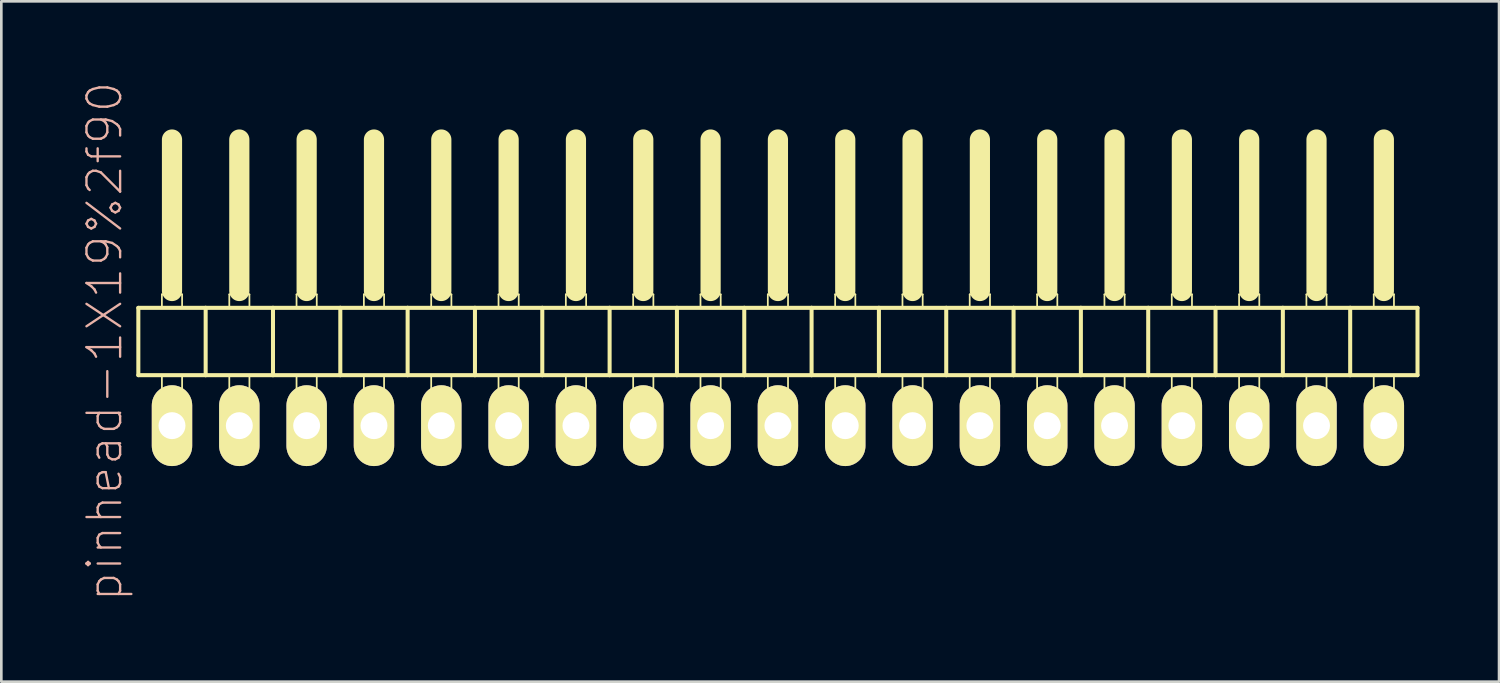
<source format=kicad_pcb>
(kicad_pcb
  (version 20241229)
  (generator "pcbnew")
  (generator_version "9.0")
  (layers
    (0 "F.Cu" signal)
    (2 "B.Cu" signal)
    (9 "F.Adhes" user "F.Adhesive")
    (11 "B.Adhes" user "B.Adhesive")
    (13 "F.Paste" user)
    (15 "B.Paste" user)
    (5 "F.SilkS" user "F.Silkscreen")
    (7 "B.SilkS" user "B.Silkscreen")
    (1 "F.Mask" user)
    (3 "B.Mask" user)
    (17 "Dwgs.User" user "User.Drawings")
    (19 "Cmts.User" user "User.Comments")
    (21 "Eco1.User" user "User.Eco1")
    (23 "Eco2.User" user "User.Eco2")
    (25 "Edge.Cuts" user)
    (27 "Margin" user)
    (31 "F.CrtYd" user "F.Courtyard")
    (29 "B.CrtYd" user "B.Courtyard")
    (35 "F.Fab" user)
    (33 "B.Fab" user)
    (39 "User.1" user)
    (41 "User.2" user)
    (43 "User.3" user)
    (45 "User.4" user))
  (footprint "pinhead-1X19%2f90"
    (layer "F.Cu")
    (at 26.299 9.199)
    (property "Reference" "pinhead-1X19%2f90" (at -25.4 0.635 90) (layer "B.SilkS") (effects (font (size 1.27 1.27) (thickness 0.089))))
    (attr exclude_from_pos_files exclude_from_bom)
    (fp_line (start -24.13 -0.635) (end -24.13 1.905) (stroke (width 0.152) (type solid)) (layer "F.SilkS"))
    (fp_line (start -24.13 1.905) (end -21.59 1.905) (stroke (width 0.152) (type solid)) (layer "F.SilkS"))
    (fp_line (start -23.241 -1.143) (end -22.479 -1.143) (stroke (width 0.066) (type solid)) (layer "F.SilkS"))
    (fp_line (start -23.241 -0.635) (end -23.241 -1.143) (stroke (width 0.066) (type solid)) (layer "F.SilkS"))
    (fp_line (start -23.241 -0.635) (end -22.479 -0.635) (stroke (width 0.066) (type solid)) (layer "F.SilkS"))
    (fp_line (start -23.241 1.905) (end -22.479 1.905) (stroke (width 0.066) (type solid)) (layer "F.SilkS"))
    (fp_line (start -23.241 2.921) (end -23.241 1.905) (stroke (width 0.066) (type solid)) (layer "F.SilkS"))
    (fp_line (start -23.241 2.921) (end -22.479 2.921) (stroke (width 0.066) (type solid)) (layer "F.SilkS"))
    (fp_line (start -22.86 -6.985) (end -22.86 -1.27) (stroke (width 0.762) (type solid)) (layer "F.SilkS"))
    (fp_line (start -22.479 -0.635) (end -22.479 -1.143) (stroke (width 0.066) (type solid)) (layer "F.SilkS"))
    (fp_line (start -22.479 2.921) (end -22.479 1.905) (stroke (width 0.066) (type solid)) (layer "F.SilkS"))
    (fp_line (start -21.59 -0.635) (end -24.13 -0.635) (stroke (width 0.152) (type solid)) (layer "F.SilkS"))
    (fp_line (start -21.59 1.905) (end -21.59 -0.635) (stroke (width 0.152) (type solid)) (layer "F.SilkS"))
    (fp_line (start -21.59 1.905) (end -19.05 1.905) (stroke (width 0.152) (type solid)) (layer "F.SilkS"))
    (fp_line (start -20.698 -1.143) (end -19.939 -1.143) (stroke (width 0.066) (type solid)) (layer "F.SilkS"))
    (fp_line (start -20.698 -0.635) (end -20.698 -1.143) (stroke (width 0.066) (type solid)) (layer "F.SilkS"))
    (fp_line (start -20.698 -0.635) (end -19.939 -0.635) (stroke (width 0.066) (type solid)) (layer "F.SilkS"))
    (fp_line (start -20.698 1.905) (end -19.939 1.905) (stroke (width 0.066) (type solid)) (layer "F.SilkS"))
    (fp_line (start -20.698 2.921) (end -20.698 1.905) (stroke (width 0.066) (type solid)) (layer "F.SilkS"))
    (fp_line (start -20.698 2.921) (end -19.939 2.921) (stroke (width 0.066) (type solid)) (layer "F.SilkS"))
    (fp_line (start -20.32 -6.985) (end -20.32 -1.27) (stroke (width 0.762) (type solid)) (layer "F.SilkS"))
    (fp_line (start -19.939 -0.635) (end -19.939 -1.143) (stroke (width 0.066) (type solid)) (layer "F.SilkS"))
    (fp_line (start -19.939 2.921) (end -19.939 1.905) (stroke (width 0.066) (type solid)) (layer "F.SilkS"))
    (fp_line (start -19.05 -0.635) (end -21.59 -0.635) (stroke (width 0.152) (type solid)) (layer "F.SilkS"))
    (fp_line (start -19.05 1.905) (end -19.05 -0.635) (stroke (width 0.152) (type solid)) (layer "F.SilkS"))
    (fp_line (start -19.05 1.905) (end -16.51 1.905) (stroke (width 0.152) (type solid)) (layer "F.SilkS"))
    (fp_line (start -18.161 -1.143) (end -17.399 -1.143) (stroke (width 0.066) (type solid)) (layer "F.SilkS"))
    (fp_line (start -18.161 -0.635) (end -18.161 -1.143) (stroke (width 0.066) (type solid)) (layer "F.SilkS"))
    (fp_line (start -18.161 -0.635) (end -17.399 -0.635) (stroke (width 0.066) (type solid)) (layer "F.SilkS"))
    (fp_line (start -18.161 1.905) (end -17.399 1.905) (stroke (width 0.066) (type solid)) (layer "F.SilkS"))
    (fp_line (start -18.161 2.921) (end -18.161 1.905) (stroke (width 0.066) (type solid)) (layer "F.SilkS"))
    (fp_line (start -18.161 2.921) (end -17.399 2.921) (stroke (width 0.066) (type solid)) (layer "F.SilkS"))
    (fp_line (start -17.78 -6.985) (end -17.78 -1.27) (stroke (width 0.762) (type solid)) (layer "F.SilkS"))
    (fp_line (start -17.399 -0.635) (end -17.399 -1.143) (stroke (width 0.066) (type solid)) (layer "F.SilkS"))
    (fp_line (start -17.399 2.921) (end -17.399 1.905) (stroke (width 0.066) (type solid)) (layer "F.SilkS"))
    (fp_line (start -16.51 -0.635) (end -19.05 -0.635) (stroke (width 0.152) (type solid)) (layer "F.SilkS"))
    (fp_line (start -16.51 1.905) (end -16.51 -0.635) (stroke (width 0.152) (type solid)) (layer "F.SilkS"))
    (fp_line (start -16.51 1.905) (end -13.97 1.905) (stroke (width 0.152) (type solid)) (layer "F.SilkS"))
    (fp_line (start -15.621 -1.143) (end -14.859 -1.143) (stroke (width 0.066) (type solid)) (layer "F.SilkS"))
    (fp_line (start -15.621 -0.635) (end -15.621 -1.143) (stroke (width 0.066) (type solid)) (layer "F.SilkS"))
    (fp_line (start -15.621 -0.635) (end -14.859 -0.635) (stroke (width 0.066) (type solid)) (layer "F.SilkS"))
    (fp_line (start -15.621 1.905) (end -14.859 1.905) (stroke (width 0.066) (type solid)) (layer "F.SilkS"))
    (fp_line (start -15.621 2.921) (end -15.621 1.905) (stroke (width 0.066) (type solid)) (layer "F.SilkS"))
    (fp_line (start -15.621 2.921) (end -14.859 2.921) (stroke (width 0.066) (type solid)) (layer "F.SilkS"))
    (fp_line (start -15.24 -6.985) (end -15.24 -1.27) (stroke (width 0.762) (type solid)) (layer "F.SilkS"))
    (fp_line (start -14.859 -0.635) (end -14.859 -1.143) (stroke (width 0.066) (type solid)) (layer "F.SilkS"))
    (fp_line (start -14.859 2.921) (end -14.859 1.905) (stroke (width 0.066) (type solid)) (layer "F.SilkS"))
    (fp_line (start -13.97 -0.635) (end -16.51 -0.635) (stroke (width 0.152) (type solid)) (layer "F.SilkS"))
    (fp_line (start -13.97 1.905) (end -13.97 -0.635) (stroke (width 0.152) (type solid)) (layer "F.SilkS"))
    (fp_line (start -13.97 1.905) (end -11.43 1.905) (stroke (width 0.152) (type solid)) (layer "F.SilkS"))
    (fp_line (start -13.081 -1.143) (end -12.319 -1.143) (stroke (width 0.066) (type solid)) (layer "F.SilkS"))
    (fp_line (start -13.081 -0.635) (end -13.081 -1.143) (stroke (width 0.066) (type solid)) (layer "F.SilkS"))
    (fp_line (start -13.081 -0.635) (end -12.319 -0.635) (stroke (width 0.066) (type solid)) (layer "F.SilkS"))
    (fp_line (start -13.081 1.905) (end -12.319 1.905) (stroke (width 0.066) (type solid)) (layer "F.SilkS"))
    (fp_line (start -13.081 2.921) (end -13.081 1.905) (stroke (width 0.066) (type solid)) (layer "F.SilkS"))
    (fp_line (start -13.081 2.921) (end -12.319 2.921) (stroke (width 0.066) (type solid)) (layer "F.SilkS"))
    (fp_line (start -12.7 -6.985) (end -12.7 -1.27) (stroke (width 0.762) (type solid)) (layer "F.SilkS"))
    (fp_line (start -12.319 -0.635) (end -12.319 -1.143) (stroke (width 0.066) (type solid)) (layer "F.SilkS"))
    (fp_line (start -12.319 2.921) (end -12.319 1.905) (stroke (width 0.066) (type solid)) (layer "F.SilkS"))
    (fp_line (start -11.43 -0.635) (end -13.97 -0.635) (stroke (width 0.152) (type solid)) (layer "F.SilkS"))
    (fp_line (start -11.43 1.905) (end -11.43 -0.635) (stroke (width 0.152) (type solid)) (layer "F.SilkS"))
    (fp_line (start -11.43 1.905) (end -8.89 1.905) (stroke (width 0.152) (type solid)) (layer "F.SilkS"))
    (fp_line (start -10.541 -1.143) (end -9.779 -1.143) (stroke (width 0.066) (type solid)) (layer "F.SilkS"))
    (fp_line (start -10.541 -0.635) (end -10.541 -1.143) (stroke (width 0.066) (type solid)) (layer "F.SilkS"))
    (fp_line (start -10.541 -0.635) (end -9.779 -0.635) (stroke (width 0.066) (type solid)) (layer "F.SilkS"))
    (fp_line (start -10.541 1.905) (end -9.779 1.905) (stroke (width 0.066) (type solid)) (layer "F.SilkS"))
    (fp_line (start -10.541 2.921) (end -10.541 1.905) (stroke (width 0.066) (type solid)) (layer "F.SilkS"))
    (fp_line (start -10.541 2.921) (end -9.779 2.921) (stroke (width 0.066) (type solid)) (layer "F.SilkS"))
    (fp_line (start -10.16 -6.985) (end -10.16 -1.27) (stroke (width 0.762) (type solid)) (layer "F.SilkS"))
    (fp_line (start -9.779 -0.635) (end -9.779 -1.143) (stroke (width 0.066) (type solid)) (layer "F.SilkS"))
    (fp_line (start -9.779 2.921) (end -9.779 1.905) (stroke (width 0.066) (type solid)) (layer "F.SilkS"))
    (fp_line (start -8.89 -0.635) (end -11.43 -0.635) (stroke (width 0.152) (type solid)) (layer "F.SilkS"))
    (fp_line (start -8.89 1.905) (end -8.89 -0.635) (stroke (width 0.152) (type solid)) (layer "F.SilkS"))
    (fp_line (start -8.89 1.905) (end -6.35 1.905) (stroke (width 0.152) (type solid)) (layer "F.SilkS"))
    (fp_line (start -8.001 -1.143) (end -7.236 -1.143) (stroke (width 0.066) (type solid)) (layer "F.SilkS"))
    (fp_line (start -8.001 -0.635) (end -8.001 -1.143) (stroke (width 0.066) (type solid)) (layer "F.SilkS"))
    (fp_line (start -8.001 -0.635) (end -7.236 -0.635) (stroke (width 0.066) (type solid)) (layer "F.SilkS"))
    (fp_line (start -8.001 1.905) (end -7.236 1.905) (stroke (width 0.066) (type solid)) (layer "F.SilkS"))
    (fp_line (start -8.001 2.921) (end -8.001 1.905) (stroke (width 0.066) (type solid)) (layer "F.SilkS"))
    (fp_line (start -8.001 2.921) (end -7.236 2.921) (stroke (width 0.066) (type solid)) (layer "F.SilkS"))
    (fp_line (start -7.62 -6.985) (end -7.62 -1.27) (stroke (width 0.762) (type solid)) (layer "F.SilkS"))
    (fp_line (start -7.236 -0.635) (end -7.236 -1.143) (stroke (width 0.066) (type solid)) (layer "F.SilkS"))
    (fp_line (start -7.236 2.921) (end -7.236 1.905) (stroke (width 0.066) (type solid)) (layer "F.SilkS"))
    (fp_line (start -6.35 -0.635) (end -8.89 -0.635) (stroke (width 0.152) (type solid)) (layer "F.SilkS"))
    (fp_line (start -6.35 1.905) (end -6.35 -0.635) (stroke (width 0.152) (type solid)) (layer "F.SilkS"))
    (fp_line (start -6.35 1.905) (end -3.81 1.905) (stroke (width 0.152) (type solid)) (layer "F.SilkS"))
    (fp_line (start -5.461 -1.143) (end -4.699 -1.143) (stroke (width 0.066) (type solid)) (layer "F.SilkS"))
    (fp_line (start -5.461 -0.635) (end -5.461 -1.143) (stroke (width 0.066) (type solid)) (layer "F.SilkS"))
    (fp_line (start -5.461 -0.635) (end -4.699 -0.635) (stroke (width 0.066) (type solid)) (layer "F.SilkS"))
    (fp_line (start -5.461 1.905) (end -4.699 1.905) (stroke (width 0.066) (type solid)) (layer "F.SilkS"))
    (fp_line (start -5.461 2.921) (end -5.461 1.905) (stroke (width 0.066) (type solid)) (layer "F.SilkS"))
    (fp_line (start -5.461 2.921) (end -4.699 2.921) (stroke (width 0.066) (type solid)) (layer "F.SilkS"))
    (fp_line (start -5.08 -6.985) (end -5.08 -1.27) (stroke (width 0.762) (type solid)) (layer "F.SilkS"))
    (fp_line (start -4.699 -0.635) (end -4.699 -1.143) (stroke (width 0.066) (type solid)) (layer "F.SilkS"))
    (fp_line (start -4.699 2.921) (end -4.699 1.905) (stroke (width 0.066) (type solid)) (layer "F.SilkS"))
    (fp_line (start -3.81 -0.635) (end -6.35 -0.635) (stroke (width 0.152) (type solid)) (layer "F.SilkS"))
    (fp_line (start -3.81 1.905) (end -3.81 -0.635) (stroke (width 0.152) (type solid)) (layer "F.SilkS"))
    (fp_line (start -3.81 1.905) (end -1.27 1.905) (stroke (width 0.152) (type solid)) (layer "F.SilkS"))
    (fp_line (start -2.921 -1.143) (end -2.159 -1.143) (stroke (width 0.066) (type solid)) (layer "F.SilkS"))
    (fp_line (start -2.921 -0.635) (end -2.921 -1.143) (stroke (width 0.066) (type solid)) (layer "F.SilkS"))
    (fp_line (start -2.921 -0.635) (end -2.159 -0.635) (stroke (width 0.066) (type solid)) (layer "F.SilkS"))
    (fp_line (start -2.921 1.905) (end -2.159 1.905) (stroke (width 0.066) (type solid)) (layer "F.SilkS"))
    (fp_line (start -2.921 2.921) (end -2.921 1.905) (stroke (width 0.066) (type solid)) (layer "F.SilkS"))
    (fp_line (start -2.921 2.921) (end -2.159 2.921) (stroke (width 0.066) (type solid)) (layer "F.SilkS"))
    (fp_line (start -2.54 -6.985) (end -2.54 -1.27) (stroke (width 0.762) (type solid)) (layer "F.SilkS"))
    (fp_line (start -2.159 -0.635) (end -2.159 -1.143) (stroke (width 0.066) (type solid)) (layer "F.SilkS"))
    (fp_line (start -2.159 2.921) (end -2.159 1.905) (stroke (width 0.066) (type solid)) (layer "F.SilkS"))
    (fp_line (start -1.27 -0.635) (end -3.81 -0.635) (stroke (width 0.152) (type solid)) (layer "F.SilkS"))
    (fp_line (start -1.27 1.905) (end -1.27 -0.635) (stroke (width 0.152) (type solid)) (layer "F.SilkS"))
    (fp_line (start -1.27 1.905) (end 1.27 1.905) (stroke (width 0.152) (type solid)) (layer "F.SilkS"))
    (fp_line (start -0.381 -1.143) (end 0.381 -1.143) (stroke (width 0.066) (type solid)) (layer "F.SilkS"))
    (fp_line (start -0.381 -0.635) (end -0.381 -1.143) (stroke (width 0.066) (type solid)) (layer "F.SilkS"))
    (fp_line (start -0.381 -0.635) (end 0.381 -0.635) (stroke (width 0.066) (type solid)) (layer "F.SilkS"))
    (fp_line (start -0.381 1.905) (end 0.381 1.905) (stroke (width 0.066) (type solid)) (layer "F.SilkS"))
    (fp_line (start -0.381 2.921) (end -0.381 1.905) (stroke (width 0.066) (type solid)) (layer "F.SilkS"))
    (fp_line (start -0.381 2.921) (end 0.381 2.921) (stroke (width 0.066) (type solid)) (layer "F.SilkS"))
    (fp_line (start 0 -6.985) (end 0 -1.27) (stroke (width 0.762) (type solid)) (layer "F.SilkS"))
    (fp_line (start 0.381 -0.635) (end 0.381 -1.143) (stroke (width 0.066) (type solid)) (layer "F.SilkS"))
    (fp_line (start 0.381 2.921) (end 0.381 1.905) (stroke (width 0.066) (type solid)) (layer "F.SilkS"))
    (fp_line (start 1.27 -0.635) (end -1.27 -0.635) (stroke (width 0.152) (type solid)) (layer "F.SilkS"))
    (fp_line (start 1.27 1.905) (end 1.27 -0.635) (stroke (width 0.152) (type solid)) (layer "F.SilkS"))
    (fp_line (start 1.27 1.905) (end 3.81 1.905) (stroke (width 0.152) (type solid)) (layer "F.SilkS"))
    (fp_line (start 2.159 -1.143) (end 2.921 -1.143) (stroke (width 0.066) (type solid)) (layer "F.SilkS"))
    (fp_line (start 2.159 -0.635) (end 2.159 -1.143) (stroke (width 0.066) (type solid)) (layer "F.SilkS"))
    (fp_line (start 2.159 -0.635) (end 2.921 -0.635) (stroke (width 0.066) (type solid)) (layer "F.SilkS"))
    (fp_line (start 2.159 1.905) (end 2.921 1.905) (stroke (width 0.066) (type solid)) (layer "F.SilkS"))
    (fp_line (start 2.159 2.921) (end 2.159 1.905) (stroke (width 0.066) (type solid)) (layer "F.SilkS"))
    (fp_line (start 2.159 2.921) (end 2.921 2.921) (stroke (width 0.066) (type solid)) (layer "F.SilkS"))
    (fp_line (start 2.54 -6.985) (end 2.54 -1.27) (stroke (width 0.762) (type solid)) (layer "F.SilkS"))
    (fp_line (start 2.921 -0.635) (end 2.921 -1.143) (stroke (width 0.066) (type solid)) (layer "F.SilkS"))
    (fp_line (start 2.921 2.921) (end 2.921 1.905) (stroke (width 0.066) (type solid)) (layer "F.SilkS"))
    (fp_line (start 3.81 -0.635) (end 1.27 -0.635) (stroke (width 0.152) (type solid)) (layer "F.SilkS"))
    (fp_line (start 3.81 1.905) (end 3.81 -0.635) (stroke (width 0.152) (type solid)) (layer "F.SilkS"))
    (fp_line (start 3.81 1.905) (end 6.35 1.905) (stroke (width 0.152) (type solid)) (layer "F.SilkS"))
    (fp_line (start 4.699 -1.143) (end 5.461 -1.143) (stroke (width 0.066) (type solid)) (layer "F.SilkS"))
    (fp_line (start 4.699 -0.635) (end 4.699 -1.143) (stroke (width 0.066) (type solid)) (layer "F.SilkS"))
    (fp_line (start 4.699 -0.635) (end 5.461 -0.635) (stroke (width 0.066) (type solid)) (layer "F.SilkS"))
    (fp_line (start 4.699 1.905) (end 5.461 1.905) (stroke (width 0.066) (type solid)) (layer "F.SilkS"))
    (fp_line (start 4.699 2.921) (end 4.699 1.905) (stroke (width 0.066) (type solid)) (layer "F.SilkS"))
    (fp_line (start 4.699 2.921) (end 5.461 2.921) (stroke (width 0.066) (type solid)) (layer "F.SilkS"))
    (fp_line (start 5.08 -6.985) (end 5.08 -1.27) (stroke (width 0.762) (type solid)) (layer "F.SilkS"))
    (fp_line (start 5.461 -0.635) (end 5.461 -1.143) (stroke (width 0.066) (type solid)) (layer "F.SilkS"))
    (fp_line (start 5.461 2.921) (end 5.461 1.905) (stroke (width 0.066) (type solid)) (layer "F.SilkS"))
    (fp_line (start 6.35 -0.635) (end 3.81 -0.635) (stroke (width 0.152) (type solid)) (layer "F.SilkS"))
    (fp_line (start 6.35 1.905) (end 6.35 -0.635) (stroke (width 0.152) (type solid)) (layer "F.SilkS"))
    (fp_line (start 6.35 1.905) (end 8.89 1.905) (stroke (width 0.152) (type solid)) (layer "F.SilkS"))
    (fp_line (start 7.236 -1.143) (end 8.001 -1.143) (stroke (width 0.066) (type solid)) (layer "F.SilkS"))
    (fp_line (start 7.236 -0.635) (end 7.236 -1.143) (stroke (width 0.066) (type solid)) (layer "F.SilkS"))
    (fp_line (start 7.236 -0.635) (end 8.001 -0.635) (stroke (width 0.066) (type solid)) (layer "F.SilkS"))
    (fp_line (start 7.236 1.905) (end 8.001 1.905) (stroke (width 0.066) (type solid)) (layer "F.SilkS"))
    (fp_line (start 7.236 2.921) (end 7.236 1.905) (stroke (width 0.066) (type solid)) (layer "F.SilkS"))
    (fp_line (start 7.236 2.921) (end 8.001 2.921) (stroke (width 0.066) (type solid)) (layer "F.SilkS"))
    (fp_line (start 7.62 -6.985) (end 7.62 -1.27) (stroke (width 0.762) (type solid)) (layer "F.SilkS"))
    (fp_line (start 8.001 -0.635) (end 8.001 -1.143) (stroke (width 0.066) (type solid)) (layer "F.SilkS"))
    (fp_line (start 8.001 2.921) (end 8.001 1.905) (stroke (width 0.066) (type solid)) (layer "F.SilkS"))
    (fp_line (start 8.89 -0.635) (end 6.35 -0.635) (stroke (width 0.152) (type solid)) (layer "F.SilkS"))
    (fp_line (start 8.89 1.905) (end 8.89 -0.635) (stroke (width 0.152) (type solid)) (layer "F.SilkS"))
    (fp_line (start 8.89 1.905) (end 11.43 1.905) (stroke (width 0.152) (type solid)) (layer "F.SilkS"))
    (fp_line (start 9.779 -1.143) (end 10.541 -1.143) (stroke (width 0.066) (type solid)) (layer "F.SilkS"))
    (fp_line (start 9.779 -0.635) (end 9.779 -1.143) (stroke (width 0.066) (type solid)) (layer "F.SilkS"))
    (fp_line (start 9.779 -0.635) (end 10.541 -0.635) (stroke (width 0.066) (type solid)) (layer "F.SilkS"))
    (fp_line (start 9.779 1.905) (end 10.541 1.905) (stroke (width 0.066) (type solid)) (layer "F.SilkS"))
    (fp_line (start 9.779 2.921) (end 9.779 1.905) (stroke (width 0.066) (type solid)) (layer "F.SilkS"))
    (fp_line (start 9.779 2.921) (end 10.541 2.921) (stroke (width 0.066) (type solid)) (layer "F.SilkS"))
    (fp_line (start 10.16 -6.985) (end 10.16 -1.27) (stroke (width 0.762) (type solid)) (layer "F.SilkS"))
    (fp_line (start 10.541 -0.635) (end 10.541 -1.143) (stroke (width 0.066) (type solid)) (layer "F.SilkS"))
    (fp_line (start 10.541 2.921) (end 10.541 1.905) (stroke (width 0.066) (type solid)) (layer "F.SilkS"))
    (fp_line (start 11.43 -0.635) (end 8.89 -0.635) (stroke (width 0.152) (type solid)) (layer "F.SilkS"))
    (fp_line (start 11.43 1.905) (end 11.43 -0.635) (stroke (width 0.152) (type solid)) (layer "F.SilkS"))
    (fp_line (start 11.43 1.905) (end 13.97 1.905) (stroke (width 0.152) (type solid)) (layer "F.SilkS"))
    (fp_line (start 12.319 -1.143) (end 13.081 -1.143) (stroke (width 0.066) (type solid)) (layer "F.SilkS"))
    (fp_line (start 12.319 -0.635) (end 12.319 -1.143) (stroke (width 0.066) (type solid)) (layer "F.SilkS"))
    (fp_line (start 12.319 -0.635) (end 13.081 -0.635) (stroke (width 0.066) (type solid)) (layer "F.SilkS"))
    (fp_line (start 12.319 1.905) (end 13.081 1.905) (stroke (width 0.066) (type solid)) (layer "F.SilkS"))
    (fp_line (start 12.319 2.921) (end 12.319 1.905) (stroke (width 0.066) (type solid)) (layer "F.SilkS"))
    (fp_line (start 12.319 2.921) (end 13.081 2.921) (stroke (width 0.066) (type solid)) (layer "F.SilkS"))
    (fp_line (start 12.7 -6.985) (end 12.7 -1.27) (stroke (width 0.762) (type solid)) (layer "F.SilkS"))
    (fp_line (start 13.081 -0.635) (end 13.081 -1.143) (stroke (width 0.066) (type solid)) (layer "F.SilkS"))
    (fp_line (start 13.081 2.921) (end 13.081 1.905) (stroke (width 0.066) (type solid)) (layer "F.SilkS"))
    (fp_line (start 13.97 -0.635) (end 11.43 -0.635) (stroke (width 0.152) (type solid)) (layer "F.SilkS"))
    (fp_line (start 13.97 1.905) (end 13.97 -0.635) (stroke (width 0.152) (type solid)) (layer "F.SilkS"))
    (fp_line (start 13.97 1.905) (end 16.51 1.905) (stroke (width 0.152) (type solid)) (layer "F.SilkS"))
    (fp_line (start 14.859 -1.143) (end 15.621 -1.143) (stroke (width 0.066) (type solid)) (layer "F.SilkS"))
    (fp_line (start 14.859 -0.635) (end 14.859 -1.143) (stroke (width 0.066) (type solid)) (layer "F.SilkS"))
    (fp_line (start 14.859 -0.635) (end 15.621 -0.635) (stroke (width 0.066) (type solid)) (layer "F.SilkS"))
    (fp_line (start 14.859 1.905) (end 15.621 1.905) (stroke (width 0.066) (type solid)) (layer "F.SilkS"))
    (fp_line (start 14.859 2.921) (end 14.859 1.905) (stroke (width 0.066) (type solid)) (layer "F.SilkS"))
    (fp_line (start 14.859 2.921) (end 15.621 2.921) (stroke (width 0.066) (type solid)) (layer "F.SilkS"))
    (fp_line (start 15.24 -6.985) (end 15.24 -1.27) (stroke (width 0.762) (type solid)) (layer "F.SilkS"))
    (fp_line (start 15.621 -0.635) (end 15.621 -1.143) (stroke (width 0.066) (type solid)) (layer "F.SilkS"))
    (fp_line (start 15.621 2.921) (end 15.621 1.905) (stroke (width 0.066) (type solid)) (layer "F.SilkS"))
    (fp_line (start 16.51 -0.635) (end 13.97 -0.635) (stroke (width 0.152) (type solid)) (layer "F.SilkS"))
    (fp_line (start 16.51 1.905) (end 16.51 -0.635) (stroke (width 0.152) (type solid)) (layer "F.SilkS"))
    (fp_line (start 16.51 1.905) (end 19.05 1.905) (stroke (width 0.152) (type solid)) (layer "F.SilkS"))
    (fp_line (start 17.399 -1.143) (end 18.161 -1.143) (stroke (width 0.066) (type solid)) (layer "F.SilkS"))
    (fp_line (start 17.399 -0.635) (end 17.399 -1.143) (stroke (width 0.066) (type solid)) (layer "F.SilkS"))
    (fp_line (start 17.399 -0.635) (end 18.161 -0.635) (stroke (width 0.066) (type solid)) (layer "F.SilkS"))
    (fp_line (start 17.399 1.905) (end 18.161 1.905) (stroke (width 0.066) (type solid)) (layer "F.SilkS"))
    (fp_line (start 17.399 2.921) (end 17.399 1.905) (stroke (width 0.066) (type solid)) (layer "F.SilkS"))
    (fp_line (start 17.399 2.921) (end 18.161 2.921) (stroke (width 0.066) (type solid)) (layer "F.SilkS"))
    (fp_line (start 17.78 -6.985) (end 17.78 -1.27) (stroke (width 0.762) (type solid)) (layer "F.SilkS"))
    (fp_line (start 18.161 -0.635) (end 18.161 -1.143) (stroke (width 0.066) (type solid)) (layer "F.SilkS"))
    (fp_line (start 18.161 2.921) (end 18.161 1.905) (stroke (width 0.066) (type solid)) (layer "F.SilkS"))
    (fp_line (start 19.05 -0.635) (end 16.51 -0.635) (stroke (width 0.152) (type solid)) (layer "F.SilkS"))
    (fp_line (start 19.05 1.905) (end 19.05 -0.635) (stroke (width 0.152) (type solid)) (layer "F.SilkS"))
    (fp_line (start 19.05 1.905) (end 21.59 1.905) (stroke (width 0.152) (type solid)) (layer "F.SilkS"))
    (fp_line (start 19.939 -1.143) (end 20.698 -1.143) (stroke (width 0.066) (type solid)) (layer "F.SilkS"))
    (fp_line (start 19.939 -0.635) (end 19.939 -1.143) (stroke (width 0.066) (type solid)) (layer "F.SilkS"))
    (fp_line (start 19.939 -0.635) (end 20.698 -0.635) (stroke (width 0.066) (type solid)) (layer "F.SilkS"))
    (fp_line (start 19.939 1.905) (end 20.698 1.905) (stroke (width 0.066) (type solid)) (layer "F.SilkS"))
    (fp_line (start 19.939 2.921) (end 19.939 1.905) (stroke (width 0.066) (type solid)) (layer "F.SilkS"))
    (fp_line (start 19.939 2.921) (end 20.698 2.921) (stroke (width 0.066) (type solid)) (layer "F.SilkS"))
    (fp_line (start 20.32 -6.985) (end 20.32 -1.27) (stroke (width 0.762) (type solid)) (layer "F.SilkS"))
    (fp_line (start 20.698 -0.635) (end 20.698 -1.143) (stroke (width 0.066) (type solid)) (layer "F.SilkS"))
    (fp_line (start 20.698 2.921) (end 20.698 1.905) (stroke (width 0.066) (type solid)) (layer "F.SilkS"))
    (fp_line (start 21.59 -0.635) (end 19.05 -0.635) (stroke (width 0.152) (type solid)) (layer "F.SilkS"))
    (fp_line (start 21.59 1.905) (end 21.59 -0.635) (stroke (width 0.152) (type solid)) (layer "F.SilkS"))
    (fp_line (start 21.59 1.905) (end 24.13 1.905) (stroke (width 0.152) (type solid)) (layer "F.SilkS"))
    (fp_line (start 22.479 -1.143) (end 23.241 -1.143) (stroke (width 0.066) (type solid)) (layer "F.SilkS"))
    (fp_line (start 22.479 -0.635) (end 22.479 -1.143) (stroke (width 0.066) (type solid)) (layer "F.SilkS"))
    (fp_line (start 22.479 -0.635) (end 23.241 -0.635) (stroke (width 0.066) (type solid)) (layer "F.SilkS"))
    (fp_line (start 22.479 1.905) (end 23.241 1.905) (stroke (width 0.066) (type solid)) (layer "F.SilkS"))
    (fp_line (start 22.479 2.921) (end 22.479 1.905) (stroke (width 0.066) (type solid)) (layer "F.SilkS"))
    (fp_line (start 22.479 2.921) (end 23.241 2.921) (stroke (width 0.066) (type solid)) (layer "F.SilkS"))
    (fp_line (start 22.86 -6.985) (end 22.86 -1.27) (stroke (width 0.762) (type solid)) (layer "F.SilkS"))
    (fp_line (start 23.241 -0.635) (end 23.241 -1.143) (stroke (width 0.066) (type solid)) (layer "F.SilkS"))
    (fp_line (start 23.241 2.921) (end 23.241 1.905) (stroke (width 0.066) (type solid)) (layer "F.SilkS"))
    (fp_line (start 24.13 -0.635) (end 21.59 -0.635) (stroke (width 0.152) (type solid)) (layer "F.SilkS"))
    (fp_line (start 24.13 1.905) (end 24.13 -0.635) (stroke (width 0.152) (type solid)) (layer "F.SilkS"))
    (pad "1" thru_hole oval (at -22.86 3.81) (size 1.524 3.048) (drill 1.016) (layers "*.Cu" "F.Mask" "F.SilkS" "F.Paste"))
    (pad "2" thru_hole oval (at -20.32 3.81) (size 1.524 3.048) (drill 1.016) (layers "*.Cu" "F.Mask" "F.SilkS" "F.Paste"))
    (pad "3" thru_hole oval (at -17.78 3.81) (size 1.524 3.048) (drill 1.016) (layers "*.Cu" "F.Mask" "F.SilkS" "F.Paste"))
    (pad "4" thru_hole oval (at -15.24 3.81) (size 1.524 3.048) (drill 1.016) (layers "*.Cu" "F.Mask" "F.SilkS" "F.Paste"))
    (pad "5" thru_hole oval (at -12.7 3.81) (size 1.524 3.048) (drill 1.016) (layers "*.Cu" "F.Mask" "F.SilkS" "F.Paste"))
    (pad "6" thru_hole oval (at -10.16 3.81) (size 1.524 3.048) (drill 1.016) (layers "*.Cu" "F.Mask" "F.SilkS" "F.Paste"))
    (pad "7" thru_hole oval (at -7.62 3.81) (size 1.524 3.048) (drill 1.016) (layers "*.Cu" "F.Mask" "F.SilkS" "F.Paste"))
    (pad "8" thru_hole oval (at -5.08 3.81) (size 1.524 3.048) (drill 1.016) (layers "*.Cu" "F.Mask" "F.SilkS" "F.Paste"))
    (pad "9" thru_hole oval (at -2.54 3.81) (size 1.524 3.048) (drill 1.016) (layers "*.Cu" "F.Mask" "F.SilkS" "F.Paste"))
    (pad "10" thru_hole oval (at 0 3.81) (size 1.524 3.048) (drill 1.016) (layers "*.Cu" "F.Mask" "F.SilkS" "F.Paste"))
    (pad "11" thru_hole oval (at 2.54 3.81) (size 1.524 3.048) (drill 1.016) (layers "*.Cu" "F.Mask" "F.SilkS" "F.Paste"))
    (pad "12" thru_hole oval (at 5.08 3.81) (size 1.524 3.048) (drill 1.016) (layers "*.Cu" "F.Mask" "F.SilkS" "F.Paste"))
    (pad "13" thru_hole oval (at 7.62 3.81) (size 1.524 3.048) (drill 1.016) (layers "*.Cu" "F.Mask" "F.SilkS" "F.Paste"))
    (pad "14" thru_hole oval (at 10.16 3.81) (size 1.524 3.048) (drill 1.016) (layers "*.Cu" "F.Mask" "F.SilkS" "F.Paste"))
    (pad "15" thru_hole oval (at 12.7 3.81) (size 1.524 3.048) (drill 1.016) (layers "*.Cu" "F.Mask" "F.SilkS" "F.Paste"))
    (pad "16" thru_hole oval (at 15.24 3.81) (size 1.524 3.048) (drill 1.016) (layers "*.Cu" "F.Mask" "F.SilkS" "F.Paste"))
    (pad "17" thru_hole oval (at 17.78 3.81) (size 1.524 3.048) (drill 1.016) (layers "*.Cu" "F.Mask" "F.SilkS" "F.Paste"))
    (pad "18" thru_hole oval (at 20.32 3.81) (size 1.524 3.048) (drill 1.016) (layers "*.Cu" "F.Mask" "F.SilkS" "F.Paste"))
    (pad "19" thru_hole oval (at 22.86 3.81) (size 1.524 3.048) (drill 1.016) (layers "*.Cu" "F.Mask" "F.SilkS" "F.Paste")))
  (gr_rect
    (start -3 -3)
    (end 53.505 22.667)
    (stroke (width 0.1) (type default))
    (fill no)
    (layer "Edge.Cuts")))
</source>
